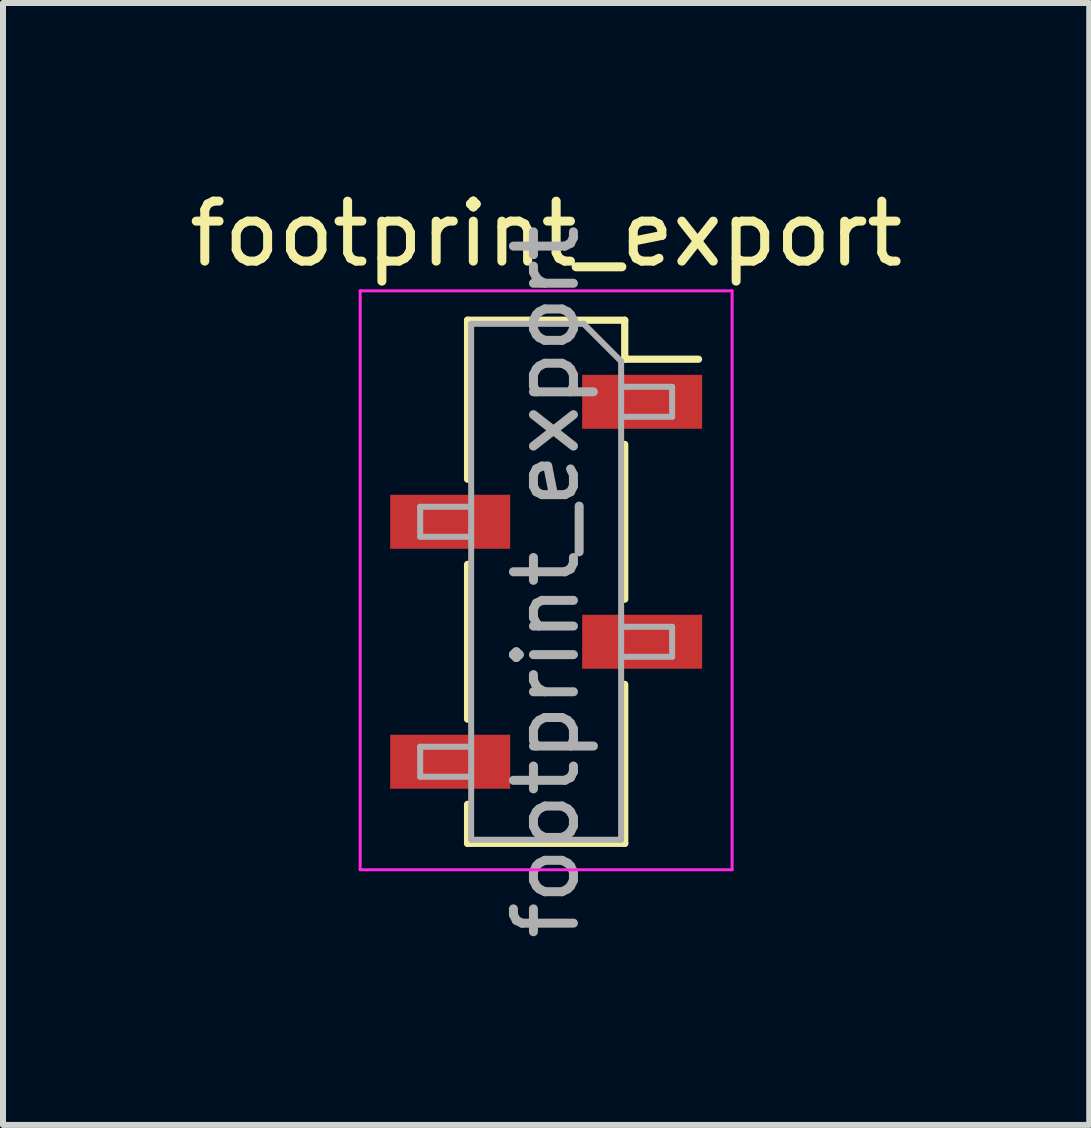
<source format=kicad_pcb>
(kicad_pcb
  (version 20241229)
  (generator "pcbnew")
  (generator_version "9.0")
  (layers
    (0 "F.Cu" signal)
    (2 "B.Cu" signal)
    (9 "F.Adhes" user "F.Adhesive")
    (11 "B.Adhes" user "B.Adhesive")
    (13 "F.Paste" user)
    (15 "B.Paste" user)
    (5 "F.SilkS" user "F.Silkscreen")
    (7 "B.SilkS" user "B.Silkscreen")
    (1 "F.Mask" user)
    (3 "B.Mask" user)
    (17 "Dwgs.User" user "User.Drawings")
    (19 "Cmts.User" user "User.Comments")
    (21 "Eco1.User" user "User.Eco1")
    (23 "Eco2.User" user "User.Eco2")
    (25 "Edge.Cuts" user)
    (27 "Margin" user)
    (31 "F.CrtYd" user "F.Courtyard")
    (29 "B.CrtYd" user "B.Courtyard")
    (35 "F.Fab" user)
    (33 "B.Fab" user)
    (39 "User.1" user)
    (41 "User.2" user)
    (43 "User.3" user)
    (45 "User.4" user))
  (footprint "footprint_export"
    (layer "F.Cu")
    (at 6.054 6.648)
    (property "Reference" "footprint_export" (at 0 -5.8 0) (layer "F.SilkS") (effects (font (size 1 1) (thickness 0.15))))
    (attr smd)
    (fp_line (start -1.31 -4.36) (end -1.31 -1.71) (stroke (width 0.12) (type solid)) (layer "F.SilkS"))
    (fp_line (start -1.31 -4.36) (end 1.31 -4.36) (stroke (width 0.12) (type solid)) (layer "F.SilkS"))
    (fp_line (start -1.31 -0.29) (end -1.31 2.29) (stroke (width 0.12) (type solid)) (layer "F.SilkS"))
    (fp_line (start -1.31 3.71) (end -1.31 4.36) (stroke (width 0.12) (type solid)) (layer "F.SilkS"))
    (fp_line (start -1.31 4.36) (end 1.31 4.36) (stroke (width 0.12) (type solid)) (layer "F.SilkS"))
    (fp_line (start 1.31 -4.36) (end 1.31 -3.71) (stroke (width 0.12) (type solid)) (layer "F.SilkS"))
    (fp_line (start 1.31 -3.71) (end 2.54 -3.71) (stroke (width 0.12) (type solid)) (layer "F.SilkS"))
    (fp_line (start 1.31 -2.29) (end 1.31 0.29) (stroke (width 0.12) (type solid)) (layer "F.SilkS"))
    (fp_line (start 1.31 1.71) (end 1.31 4.36) (stroke (width 0.12) (type solid)) (layer "F.SilkS"))
    (fp_line (start -3.1 -4.85) (end 3.1 -4.85) (stroke (width 0.05) (type solid)) (layer "F.CrtYd"))
    (fp_line (start -3.1 4.8) (end -3.1 -4.85) (stroke (width 0.05) (type solid)) (layer "F.CrtYd"))
    (fp_line (start 3.1 -4.85) (end 3.1 4.8) (stroke (width 0.05) (type solid)) (layer "F.CrtYd"))
    (fp_line (start 3.1 4.8) (end -3.1 4.8) (stroke (width 0.05) (type solid)) (layer "F.CrtYd"))
    (fp_line (start -2.1 -1.25) (end -1.25 -1.25) (stroke (width 0.1) (type solid)) (layer "F.Fab"))
    (fp_line (start -2.1 -0.75) (end -2.1 -1.25) (stroke (width 0.1) (type solid)) (layer "F.Fab"))
    (fp_line (start -2.1 2.75) (end -1.25 2.75) (stroke (width 0.1) (type solid)) (layer "F.Fab"))
    (fp_line (start -2.1 3.25) (end -2.1 2.75) (stroke (width 0.1) (type solid)) (layer "F.Fab"))
    (fp_line (start -1.25 -4.3) (end 0.625 -4.3) (stroke (width 0.1) (type solid)) (layer "F.Fab"))
    (fp_line (start -1.25 -0.75) (end -2.1 -0.75) (stroke (width 0.1) (type solid)) (layer "F.Fab"))
    (fp_line (start -1.25 3.25) (end -2.1 3.25) (stroke (width 0.1) (type solid)) (layer "F.Fab"))
    (fp_line (start -1.25 4.3) (end -1.25 -4.3) (stroke (width 0.1) (type solid)) (layer "F.Fab"))
    (fp_line (start 0.625 -4.3) (end 1.25 -3.675) (stroke (width 0.1) (type solid)) (layer "F.Fab"))
    (fp_line (start 1.25 -3.675) (end 1.25 4.3) (stroke (width 0.1) (type solid)) (layer "F.Fab"))
    (fp_line (start 1.25 -3.25) (end 2.1 -3.25) (stroke (width 0.1) (type solid)) (layer "F.Fab"))
    (fp_line (start 1.25 0.75) (end 2.1 0.75) (stroke (width 0.1) (type solid)) (layer "F.Fab"))
    (fp_line (start 1.25 4.3) (end -1.25 4.3) (stroke (width 0.1) (type solid)) (layer "F.Fab"))
    (fp_line (start 2.1 -3.25) (end 2.1 -2.75) (stroke (width 0.1) (type solid)) (layer "F.Fab"))
    (fp_line (start 2.1 -2.75) (end 1.25 -2.75) (stroke (width 0.1) (type solid)) (layer "F.Fab"))
    (fp_line (start 2.1 0.75) (end 2.1 1.25) (stroke (width 0.1) (type solid)) (layer "F.Fab"))
    (fp_line (start 2.1 1.25) (end 1.25 1.25) (stroke (width 0.1) (type solid)) (layer "F.Fab"))
    (fp_text user "${REFERENCE}" (at 0 0 90) (layer "F.Fab") (effects (font (size 1 1) (thickness 0.15))))
    (pad "1" smd rect (at 1.6 -3) (size 2 0.9) (layers "F.Cu" "F.Mask" "F.Paste"))
    (pad "2" smd rect (at -1.6 -1) (size 2 0.9) (layers "F.Cu" "F.Mask" "F.Paste"))
    (pad "3" smd rect (at 1.6 1) (size 2 0.9) (layers "F.Cu" "F.Mask" "F.Paste"))
    (pad "4" smd rect (at -1.6 3) (size 2 0.9) (layers "F.Cu" "F.Mask" "F.Paste")))
  (gr_rect
    (start -3 -3)
    (end 15.107 15.702)
    (stroke (width 0.1) (type default))
    (fill no)
    (layer "Edge.Cuts")))
</source>
